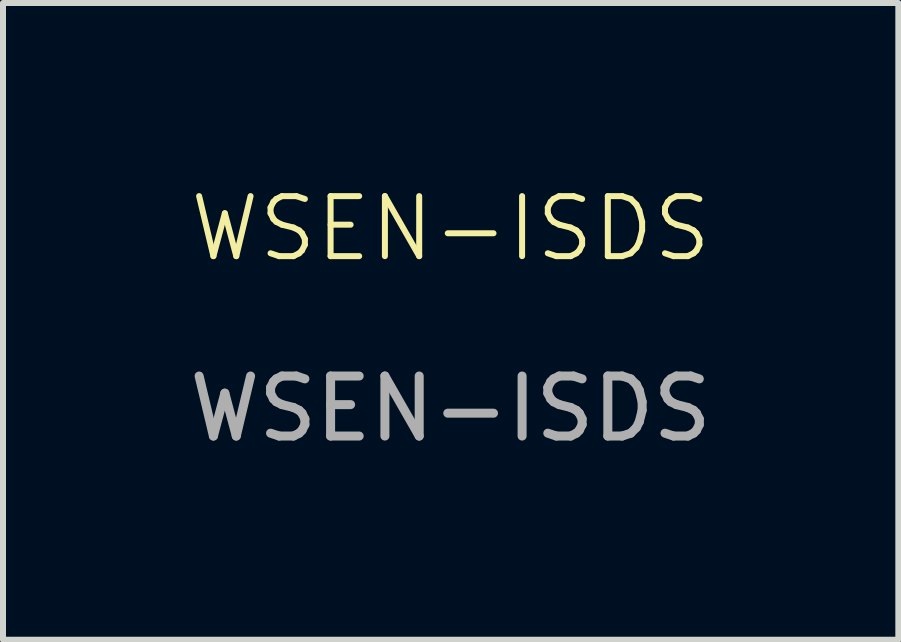
<source format=kicad_pcb>
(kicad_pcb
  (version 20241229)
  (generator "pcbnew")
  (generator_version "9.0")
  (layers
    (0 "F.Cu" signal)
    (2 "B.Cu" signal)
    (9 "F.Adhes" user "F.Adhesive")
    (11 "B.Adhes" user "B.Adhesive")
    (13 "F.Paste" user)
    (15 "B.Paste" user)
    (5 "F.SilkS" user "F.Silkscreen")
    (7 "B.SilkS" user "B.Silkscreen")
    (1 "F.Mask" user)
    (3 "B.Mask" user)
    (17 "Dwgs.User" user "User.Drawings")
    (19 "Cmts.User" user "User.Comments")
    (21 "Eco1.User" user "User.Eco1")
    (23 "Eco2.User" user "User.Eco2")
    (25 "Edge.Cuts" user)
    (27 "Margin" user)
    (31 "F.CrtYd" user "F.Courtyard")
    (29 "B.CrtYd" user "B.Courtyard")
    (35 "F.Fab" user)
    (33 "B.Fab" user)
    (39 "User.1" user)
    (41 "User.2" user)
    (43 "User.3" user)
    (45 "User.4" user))
  (footprint "WSEN-ISDS"
    (layer "F.Cu")
    (at 4.458 1.26)
    (property "Reference" "WSEN-ISDS" (at 0 -0.5 0) (unlocked yes) (layer "F.SilkS") (effects (font (size 1 1) (thickness 0.1))))
    (attr smd)
    (fp_text user "${REFERENCE}" (at 0 2.5 0) (unlocked yes) (layer "F.Fab") (effects (font (size 1 1) (thickness 0.15)))))
  (gr_rect
    (start -3 -3)
    (end 11.917 7.609)
    (stroke (width 0.1) (type default))
    (fill no)
    (layer "Edge.Cuts")))
</source>
